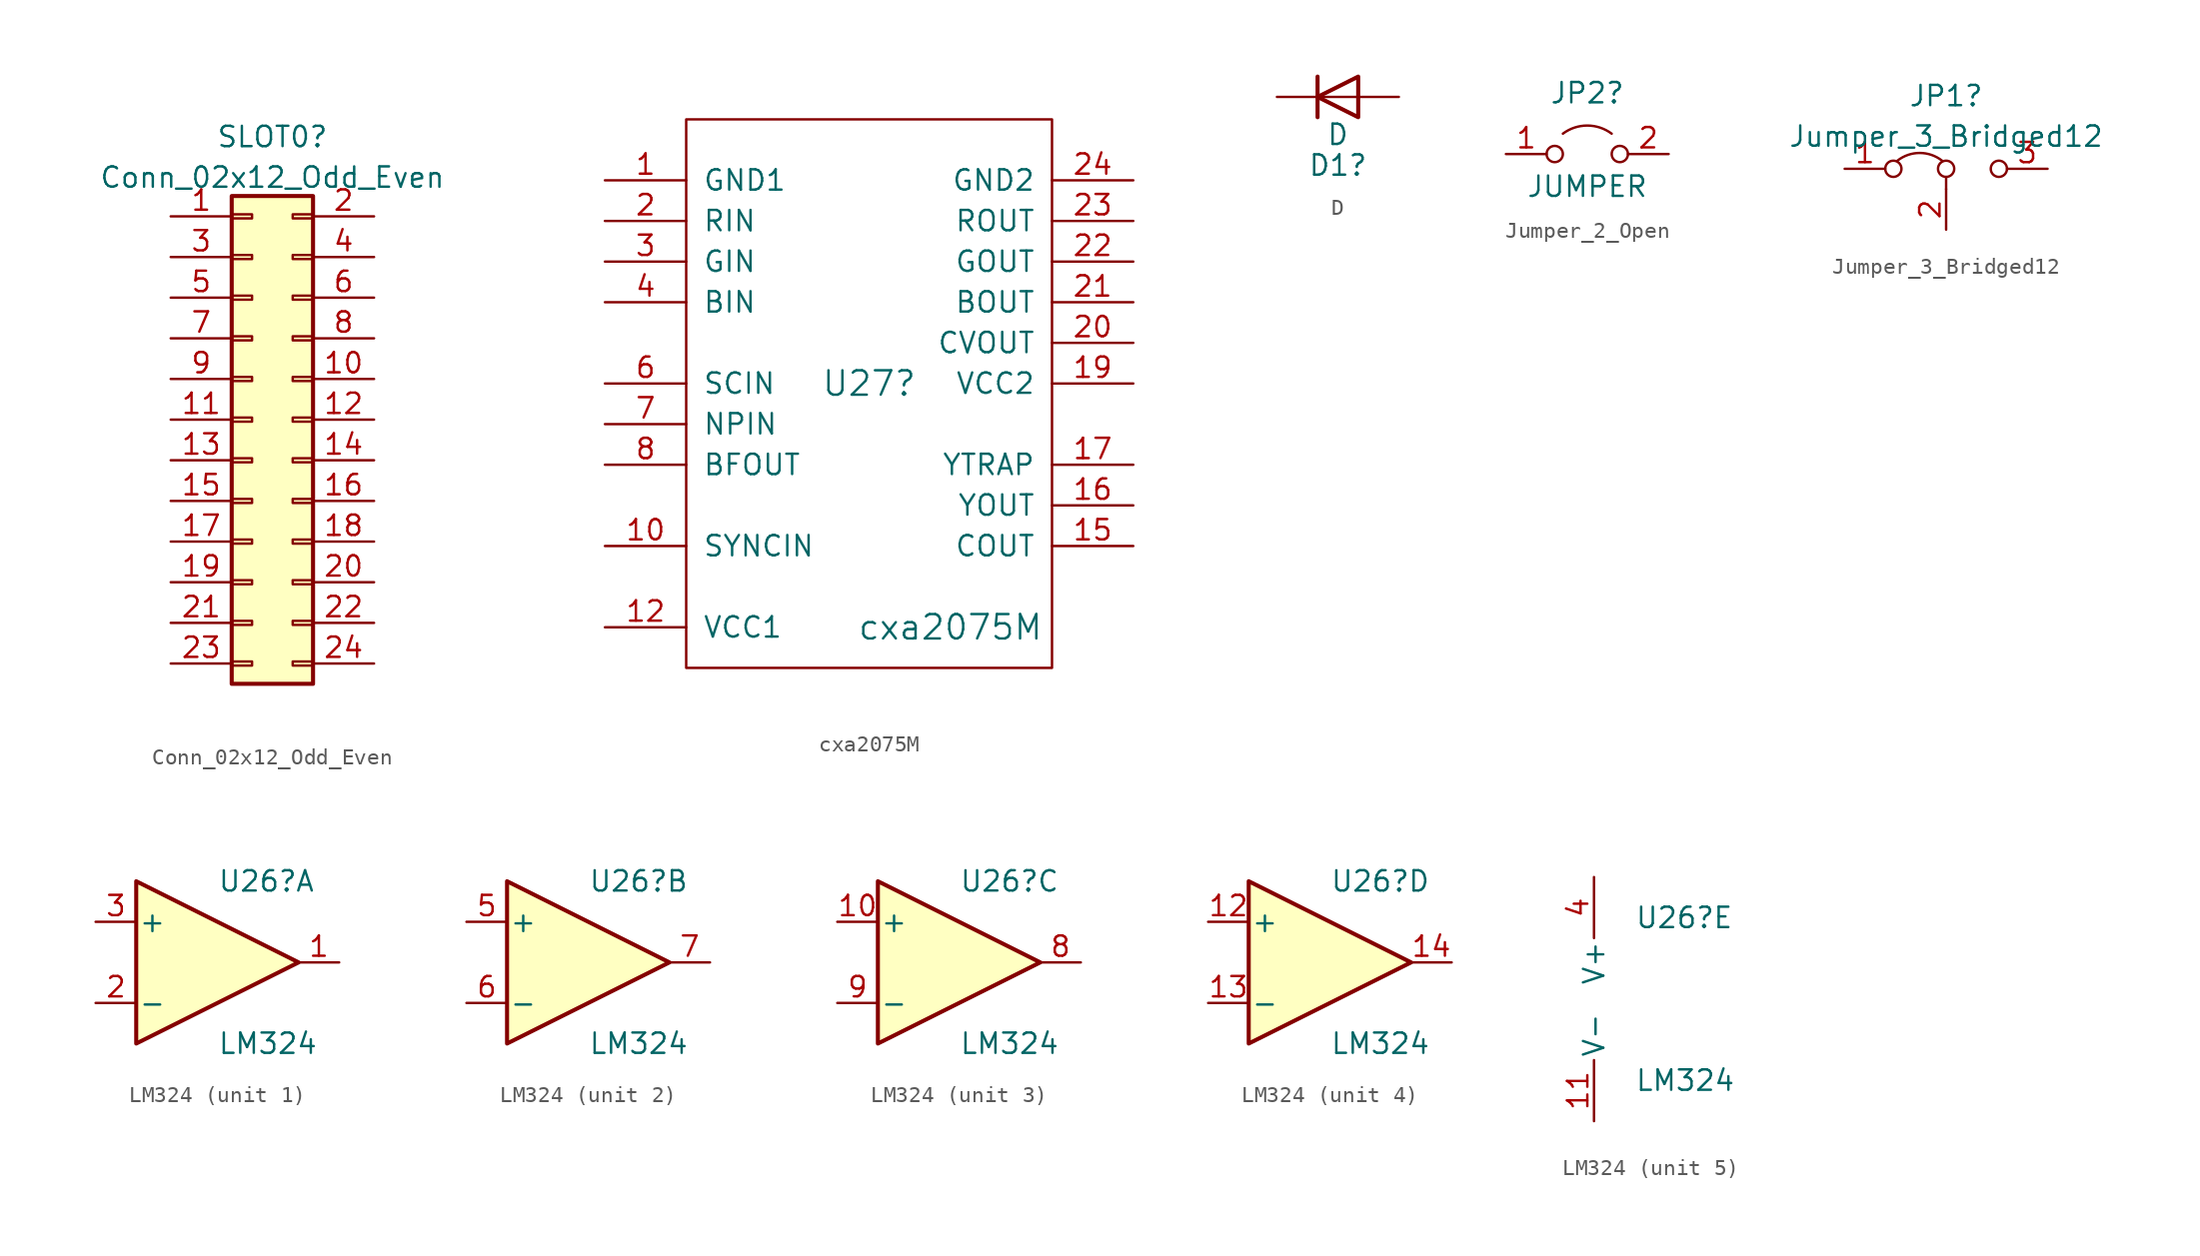
<source format=kicad_sym>
(kicad_symbol_lib
  (version 20220914)
  (generator kicad_symbol_editor)
  (symbol "Conn_02x12_Odd_Even"
    (pin_names
      (offset 1.016) hide)
    (property "Reference" "SLOT0"
      (at 1.27 17.67 0)
      (effects (font (size 1.27 1.27))))
    (property "Value" "Conn_02x12_Odd_Even"
      (at 1.27 15.133 0)
      (effects (font (size 1.27 1.27))))
    (symbol "Conn_02x12_Odd_Even_1_1"
      (rectangle (start -1.27 -15.113) (end 0 -15.367) (stroke (width 0.152) (type default)) (fill (type none)))
      (rectangle (start -1.27 -12.573) (end 0 -12.827) (stroke (width 0.152) (type default)) (fill (type none)))
      (rectangle (start -1.27 -10.033) (end 0 -10.287) (stroke (width 0.152) (type default)) (fill (type none)))
      (rectangle (start -1.27 -7.493) (end 0 -7.747) (stroke (width 0.152) (type default)) (fill (type none)))
      (rectangle (start -1.27 -4.953) (end 0 -5.207) (stroke (width 0.152) (type default)) (fill (type none)))
      (rectangle (start -1.27 -2.413) (end 0 -2.667) (stroke (width 0.152) (type default)) (fill (type none)))
      (rectangle (start -1.27 0.127) (end 0 -0.127) (stroke (width 0.152) (type default)) (fill (type none)))
      (rectangle (start -1.27 2.667) (end 0 2.413) (stroke (width 0.152) (type default)) (fill (type none)))
      (rectangle (start -1.27 5.207) (end 0 4.953) (stroke (width 0.152) (type default)) (fill (type none)))
      (rectangle (start -1.27 7.747) (end 0 7.493) (stroke (width 0.152) (type default)) (fill (type none)))
      (rectangle (start -1.27 10.287) (end 0 10.033) (stroke (width 0.152) (type default)) (fill (type none)))
      (rectangle (start -1.27 12.827) (end 0 12.573) (stroke (width 0.152) (type default)) (fill (type none)))
      (rectangle (start -1.27 13.97) (end 3.81 -16.51) (stroke (width 0.254) (type default)) (fill (type background)))
      (rectangle (start 3.81 -15.113) (end 2.54 -15.367) (stroke (width 0.152) (type default)) (fill (type none)))
      (rectangle (start 3.81 -12.573) (end 2.54 -12.827) (stroke (width 0.152) (type default)) (fill (type none)))
      (rectangle (start 3.81 -10.033) (end 2.54 -10.287) (stroke (width 0.152) (type default)) (fill (type none)))
      (rectangle (start 3.81 -7.493) (end 2.54 -7.747) (stroke (width 0.152) (type default)) (fill (type none)))
      (rectangle (start 3.81 -4.953) (end 2.54 -5.207) (stroke (width 0.152) (type default)) (fill (type none)))
      (rectangle (start 3.81 -2.413) (end 2.54 -2.667) (stroke (width 0.152) (type default)) (fill (type none)))
      (rectangle (start 3.81 0.127) (end 2.54 -0.127) (stroke (width 0.152) (type default)) (fill (type none)))
      (rectangle (start 3.81 2.667) (end 2.54 2.413) (stroke (width 0.152) (type default)) (fill (type none)))
      (rectangle (start 3.81 5.207) (end 2.54 4.953) (stroke (width 0.152) (type default)) (fill (type none)))
      (rectangle (start 3.81 7.747) (end 2.54 7.493) (stroke (width 0.152) (type default)) (fill (type none)))
      (rectangle (start 3.81 10.287) (end 2.54 10.033) (stroke (width 0.152) (type default)) (fill (type none)))
      (rectangle (start 3.81 12.827) (end 2.54 12.573) (stroke (width 0.152) (type default)) (fill (type none)))
      (pin passive line (at -5.08 12.7 0) (length 3.81) (name "Pin_1" (effects (font (size 1.27 1.27)))) (number "1" (effects (font (size 1.27 1.27)))))
      (pin passive line (at 7.62 2.54 180) (length 3.81) (name "Pin_10" (effects (font (size 1.27 1.27)))) (number "10" (effects (font (size 1.27 1.27)))))
      (pin passive line (at -5.08 0 0) (length 3.81) (name "Pin_11" (effects (font (size 1.27 1.27)))) (number "11" (effects (font (size 1.27 1.27)))))
      (pin passive line (at 7.62 0 180) (length 3.81) (name "Pin_12" (effects (font (size 1.27 1.27)))) (number "12" (effects (font (size 1.27 1.27)))))
      (pin passive line (at -5.08 -2.54 0) (length 3.81) (name "Pin_13" (effects (font (size 1.27 1.27)))) (number "13" (effects (font (size 1.27 1.27)))))
      (pin passive line (at 7.62 -2.54 180) (length 3.81) (name "Pin_14" (effects (font (size 1.27 1.27)))) (number "14" (effects (font (size 1.27 1.27)))))
      (pin passive line (at -5.08 -5.08 0) (length 3.81) (name "Pin_15" (effects (font (size 1.27 1.27)))) (number "15" (effects (font (size 1.27 1.27)))))
      (pin passive line (at 7.62 -5.08 180) (length 3.81) (name "Pin_16" (effects (font (size 1.27 1.27)))) (number "16" (effects (font (size 1.27 1.27)))))
      (pin passive line (at -5.08 -7.62 0) (length 3.81) (name "Pin_17" (effects (font (size 1.27 1.27)))) (number "17" (effects (font (size 1.27 1.27)))))
      (pin passive line (at 7.62 -7.62 180) (length 3.81) (name "Pin_18" (effects (font (size 1.27 1.27)))) (number "18" (effects (font (size 1.27 1.27)))))
      (pin passive line (at -5.08 -10.16 0) (length 3.81) (name "Pin_19" (effects (font (size 1.27 1.27)))) (number "19" (effects (font (size 1.27 1.27)))))
      (pin passive line (at 7.62 12.7 180) (length 3.81) (name "Pin_2" (effects (font (size 1.27 1.27)))) (number "2" (effects (font (size 1.27 1.27)))))
      (pin passive line (at 7.62 -10.16 180) (length 3.81) (name "Pin_20" (effects (font (size 1.27 1.27)))) (number "20" (effects (font (size 1.27 1.27)))))
      (pin passive line (at -5.08 -12.7 0) (length 3.81) (name "Pin_21" (effects (font (size 1.27 1.27)))) (number "21" (effects (font (size 1.27 1.27)))))
      (pin passive line (at 7.62 -12.7 180) (length 3.81) (name "Pin_22" (effects (font (size 1.27 1.27)))) (number "22" (effects (font (size 1.27 1.27)))))
      (pin passive line (at -5.08 -15.24 0) (length 3.81) (name "Pin_23" (effects (font (size 1.27 1.27)))) (number "23" (effects (font (size 1.27 1.27)))))
      (pin passive line (at 7.62 -15.24 180) (length 3.81) (name "Pin_24" (effects (font (size 1.27 1.27)))) (number "24" (effects (font (size 1.27 1.27)))))
      (pin passive line (at -5.08 10.16 0) (length 3.81) (name "Pin_3" (effects (font (size 1.27 1.27)))) (number "3" (effects (font (size 1.27 1.27)))))
      (pin passive line (at 7.62 10.16 180) (length 3.81) (name "Pin_4" (effects (font (size 1.27 1.27)))) (number "4" (effects (font (size 1.27 1.27)))))
      (pin passive line (at -5.08 7.62 0) (length 3.81) (name "Pin_5" (effects (font (size 1.27 1.27)))) (number "5" (effects (font (size 1.27 1.27)))))
      (pin passive line (at 7.62 7.62 180) (length 3.81) (name "Pin_6" (effects (font (size 1.27 1.27)))) (number "6" (effects (font (size 1.27 1.27)))))
      (pin passive line (at -5.08 5.08 0) (length 3.81) (name "Pin_7" (effects (font (size 1.27 1.27)))) (number "7" (effects (font (size 1.27 1.27)))))
      (pin passive line (at 7.62 5.08 180) (length 3.81) (name "Pin_8" (effects (font (size 1.27 1.27)))) (number "8" (effects (font (size 1.27 1.27)))))
      (pin passive line (at -5.08 2.54 0) (length 3.81) (name "Pin_9" (effects (font (size 1.27 1.27)))) (number "9" (effects (font (size 1.27 1.27)))))))
  (symbol "cxa2075M"
    (pin_names
      (offset 1.016))
    (property "Reference" "U27"
      (at 0 0 0)
      (effects (font (size 1.524 1.524))))
    (property "Value" "cxa2075M"
      (at 5.08 -15.24 0)
      (effects (font (size 1.524 1.524))))
    (property "Datasheet" ""
      (at 0 -17.78 0)
      (effects (font (size 1.524 1.524))))
    (symbol "cxa2075M_0_1"
      (rectangle (start -11.43 16.51) (end 11.43 -17.78) (stroke (width 0) (type solid)) (fill (type none))))
    (symbol "cxa2075M_1_1"
      (pin power_in line (at -16.51 12.7 0) (length 5.08) (name "GND1" (effects (font (size 1.27 1.27)))) (number "1" (effects (font (size 1.27 1.27)))))
      (pin input line (at -16.51 -10.16 0) (length 5.08) (name "SYNCIN" (effects (font (size 1.27 1.27)))) (number "10" (effects (font (size 1.27 1.27)))))
      (pin power_in line (at -16.51 -15.24 0) (length 5.08) (name "VCC1" (effects (font (size 1.27 1.27)))) (number "12" (effects (font (size 1.27 1.27)))))
      (pin output line (at 16.51 -10.16 180) (length 5.08) (name "COUT" (effects (font (size 1.27 1.27)))) (number "15" (effects (font (size 1.27 1.27)))))
      (pin output line (at 16.51 -7.62 180) (length 5.08) (name "YOUT" (effects (font (size 1.27 1.27)))) (number "16" (effects (font (size 1.27 1.27)))))
      (pin input line (at 16.51 -5.08 180) (length 5.08) (name "YTRAP" (effects (font (size 1.27 1.27)))) (number "17" (effects (font (size 1.27 1.27)))))
      (pin power_in line (at 16.51 0 180) (length 5.08) (name "VCC2" (effects (font (size 1.27 1.27)))) (number "19" (effects (font (size 1.27 1.27)))))
      (pin input line (at -16.51 10.16 0) (length 5.08) (name "RIN" (effects (font (size 1.27 1.27)))) (number "2" (effects (font (size 1.27 1.27)))))
      (pin output line (at 16.51 2.54 180) (length 5.08) (name "CVOUT" (effects (font (size 1.27 1.27)))) (number "20" (effects (font (size 1.27 1.27)))))
      (pin output line (at 16.51 5.08 180) (length 5.08) (name "BOUT" (effects (font (size 1.27 1.27)))) (number "21" (effects (font (size 1.27 1.27)))))
      (pin output line (at 16.51 7.62 180) (length 5.08) (name "GOUT" (effects (font (size 1.27 1.27)))) (number "22" (effects (font (size 1.27 1.27)))))
      (pin output line (at 16.51 10.16 180) (length 5.08) (name "ROUT" (effects (font (size 1.27 1.27)))) (number "23" (effects (font (size 1.27 1.27)))))
      (pin power_in line (at 16.51 12.7 180) (length 5.08) (name "GND2" (effects (font (size 1.27 1.27)))) (number "24" (effects (font (size 1.27 1.27)))))
      (pin input line (at -16.51 7.62 0) (length 5.08) (name "GIN" (effects (font (size 1.27 1.27)))) (number "3" (effects (font (size 1.27 1.27)))))
      (pin input line (at -16.51 5.08 0) (length 5.08) (name "BIN" (effects (font (size 1.27 1.27)))) (number "4" (effects (font (size 1.27 1.27)))))
      (pin input line (at -16.51 0 0) (length 5.08) (name "SCIN" (effects (font (size 1.27 1.27)))) (number "6" (effects (font (size 1.27 1.27)))))
      (pin input line (at -16.51 -2.54 0) (length 5.08) (name "NPIN" (effects (font (size 1.27 1.27)))) (number "7" (effects (font (size 1.27 1.27)))))
      (pin output line (at -16.51 -5.08 0) (length 5.08) (name "BFOUT" (effects (font (size 1.27 1.27)))) (number "8" (effects (font (size 1.27 1.27)))))))
  (symbol "D"
    (pin_numbers hide)
    (pin_names
      (offset 1.016) hide)
    (property "Reference" "D1"
      (at 0 -4.28 0)
      (effects (font (size 1.27 1.27))))
    (property "Value" "D"
      (at 0 -2.359 0)
      (effects (font (size 1.27 1.27))))
    (symbol "D_0_1"
      (polyline (pts (xy -1.27 1.27) (xy -1.27 -1.27)) (stroke (width 0.254) (type default)) (fill (type none)))
      (polyline (pts (xy 1.27 0) (xy -1.27 0)) (stroke (width 0) (type default)) (fill (type none)))
      (polyline (pts (xy 1.27 1.27) (xy 1.27 -1.27) (xy -1.27 0) (xy 1.27 1.27)) (stroke (width 0.254) (type default)) (fill (type none))))
    (symbol "D_1_1"
      (pin passive line (at -3.81 0 0) (length 2.54) (name "K" (effects (font (size 1.27 1.27)))) (number "1" (effects (font (size 1.27 1.27)))))
      (pin passive line (at 3.81 0 180) (length 2.54) (name "A" (effects (font (size 1.27 1.27)))) (number "2" (effects (font (size 1.27 1.27)))))))
  (symbol "Jumper_2_Open"
    (pin_names
      (offset 0) hide)
    (property "Reference" "JP2"
      (at 0 3.81 0)
      (effects (font (size 1.27 1.27))))
    (property "Value" "JUMPER"
      (at 0 -2.032 0)
      (effects (font (size 1.27 1.27))))
    (symbol "Jumper_2_Open_0_0"
      (circle (center -2.032 0) (radius 0.508) (stroke (width 0) (type default)) (fill (type none)))
      (circle (center 2.032 0) (radius 0.508) (stroke (width 0) (type default)) (fill (type none))))
    (symbol "Jumper_2_Open_0_1"
      (arc (start 1.524 1.27) (mid 0 1.778) (end -1.524 1.27) (stroke (width 0) (type default)) (fill (type none))))
    (symbol "Jumper_2_Open_1_1"
      (pin passive line (at -5.08 0 0) (length 2.54) (name "A" (effects (font (size 1.27 1.27)))) (number "1" (effects (font (size 1.27 1.27)))))
      (pin passive line (at 5.08 0 180) (length 2.54) (name "B" (effects (font (size 1.27 1.27)))) (number "2" (effects (font (size 1.27 1.27)))))))
  (symbol "Jumper_3_Bridged12"
    (pin_names
      (offset 0) hide)
    (property "Reference" "JP1"
      (at 0 4.564 0)
      (effects (font (size 1.27 1.27))))
    (property "Value" "Jumper_3_Bridged12"
      (at 0 2.027 0)
      (effects (font (size 1.27 1.27))))
    (symbol "Jumper_3_Bridged12_0_0"
      (circle (center -3.302 0) (radius 0.508) (stroke (width 0) (type default)) (fill (type none)))
      (circle (center 0 0) (radius 0.508) (stroke (width 0) (type default)) (fill (type none)))
      (circle (center 3.302 0) (radius 0.508) (stroke (width 0) (type default)) (fill (type none))))
    (symbol "Jumper_3_Bridged12_0_1"
      (arc (start -0.254 0.508) (mid -1.651 0.9912) (end -3.048 0.508) (stroke (width 0) (type default)) (fill (type none)))
      (polyline (pts (xy 0 -1.27) (xy 0 -0.508)) (stroke (width 0) (type default)) (fill (type none))))
    (symbol "Jumper_3_Bridged12_1_1"
      (pin passive line (at -6.35 0 0) (length 2.54) (name "A" (effects (font (size 1.27 1.27)))) (number "1" (effects (font (size 1.27 1.27)))))
      (pin passive line (at 0 -3.81 90) (length 2.54) (name "C" (effects (font (size 1.27 1.27)))) (number "2" (effects (font (size 1.27 1.27)))))
      (pin passive line (at 6.35 0 180) (length 2.54) (name "B" (effects (font (size 1.27 1.27)))) (number "3" (effects (font (size 1.27 1.27)))))))
  (symbol "LM324"
    (pin_names
      (offset 0.127))
    (property "Reference" "U26"
      (at 0 5.08 0)
      (effects (font (size 1.27 1.27)) (justify left)))
    (property "Value" "LM324"
      (at 0 -5.08 0)
      (effects (font (size 1.27 1.27)) (justify left)))
    (property "ki_locked" ""
      (at 0 0 0)
      (effects (font (size 1.27 1.27))))
    (symbol "LM324_1_1"
      (polyline (pts (xy -5.08 5.08) (xy 5.08 0) (xy -5.08 -5.08) (xy -5.08 5.08)) (stroke (width 0.254) (type default)) (fill (type background)))
      (pin output line (at 7.62 0 180) (length 2.54) (name "~" (effects (font (size 1.27 1.27)))) (number "1" (effects (font (size 1.27 1.27)))))
      (pin input line (at -7.62 -2.54 0) (length 2.54) (name "-" (effects (font (size 1.27 1.27)))) (number "2" (effects (font (size 1.27 1.27)))))
      (pin input line (at -7.62 2.54 0) (length 2.54) (name "+" (effects (font (size 1.27 1.27)))) (number "3" (effects (font (size 1.27 1.27))))))
    (symbol "LM324_2_1"
      (polyline (pts (xy -5.08 5.08) (xy 5.08 0) (xy -5.08 -5.08) (xy -5.08 5.08)) (stroke (width 0.254) (type default)) (fill (type background)))
      (pin input line (at -7.62 2.54 0) (length 2.54) (name "+" (effects (font (size 1.27 1.27)))) (number "5" (effects (font (size 1.27 1.27)))))
      (pin input line (at -7.62 -2.54 0) (length 2.54) (name "-" (effects (font (size 1.27 1.27)))) (number "6" (effects (font (size 1.27 1.27)))))
      (pin output line (at 7.62 0 180) (length 2.54) (name "~" (effects (font (size 1.27 1.27)))) (number "7" (effects (font (size 1.27 1.27))))))
    (symbol "LM324_3_1"
      (polyline (pts (xy -5.08 5.08) (xy 5.08 0) (xy -5.08 -5.08) (xy -5.08 5.08)) (stroke (width 0.254) (type default)) (fill (type background)))
      (pin input line (at -7.62 2.54 0) (length 2.54) (name "+" (effects (font (size 1.27 1.27)))) (number "10" (effects (font (size 1.27 1.27)))))
      (pin output line (at 7.62 0 180) (length 2.54) (name "~" (effects (font (size 1.27 1.27)))) (number "8" (effects (font (size 1.27 1.27)))))
      (pin input line (at -7.62 -2.54 0) (length 2.54) (name "-" (effects (font (size 1.27 1.27)))) (number "9" (effects (font (size 1.27 1.27))))))
    (symbol "LM324_4_1"
      (polyline (pts (xy -5.08 5.08) (xy 5.08 0) (xy -5.08 -5.08) (xy -5.08 5.08)) (stroke (width 0.254) (type default)) (fill (type background)))
      (pin input line (at -7.62 2.54 0) (length 2.54) (name "+" (effects (font (size 1.27 1.27)))) (number "12" (effects (font (size 1.27 1.27)))))
      (pin input line (at -7.62 -2.54 0) (length 2.54) (name "-" (effects (font (size 1.27 1.27)))) (number "13" (effects (font (size 1.27 1.27)))))
      (pin output line (at 7.62 0 180) (length 2.54) (name "~" (effects (font (size 1.27 1.27)))) (number "14" (effects (font (size 1.27 1.27))))))
    (symbol "LM324_5_1"
      (pin power_in line (at -2.54 -7.62 90) (length 3.81) (name "V-" (effects (font (size 1.27 1.27)))) (number "11" (effects (font (size 1.27 1.27)))))
      (pin power_in line (at -2.54 7.62 270) (length 3.81) (name "V+" (effects (font (size 1.27 1.27)))) (number "4" (effects (font (size 1.27 1.27))))))))
</source>
